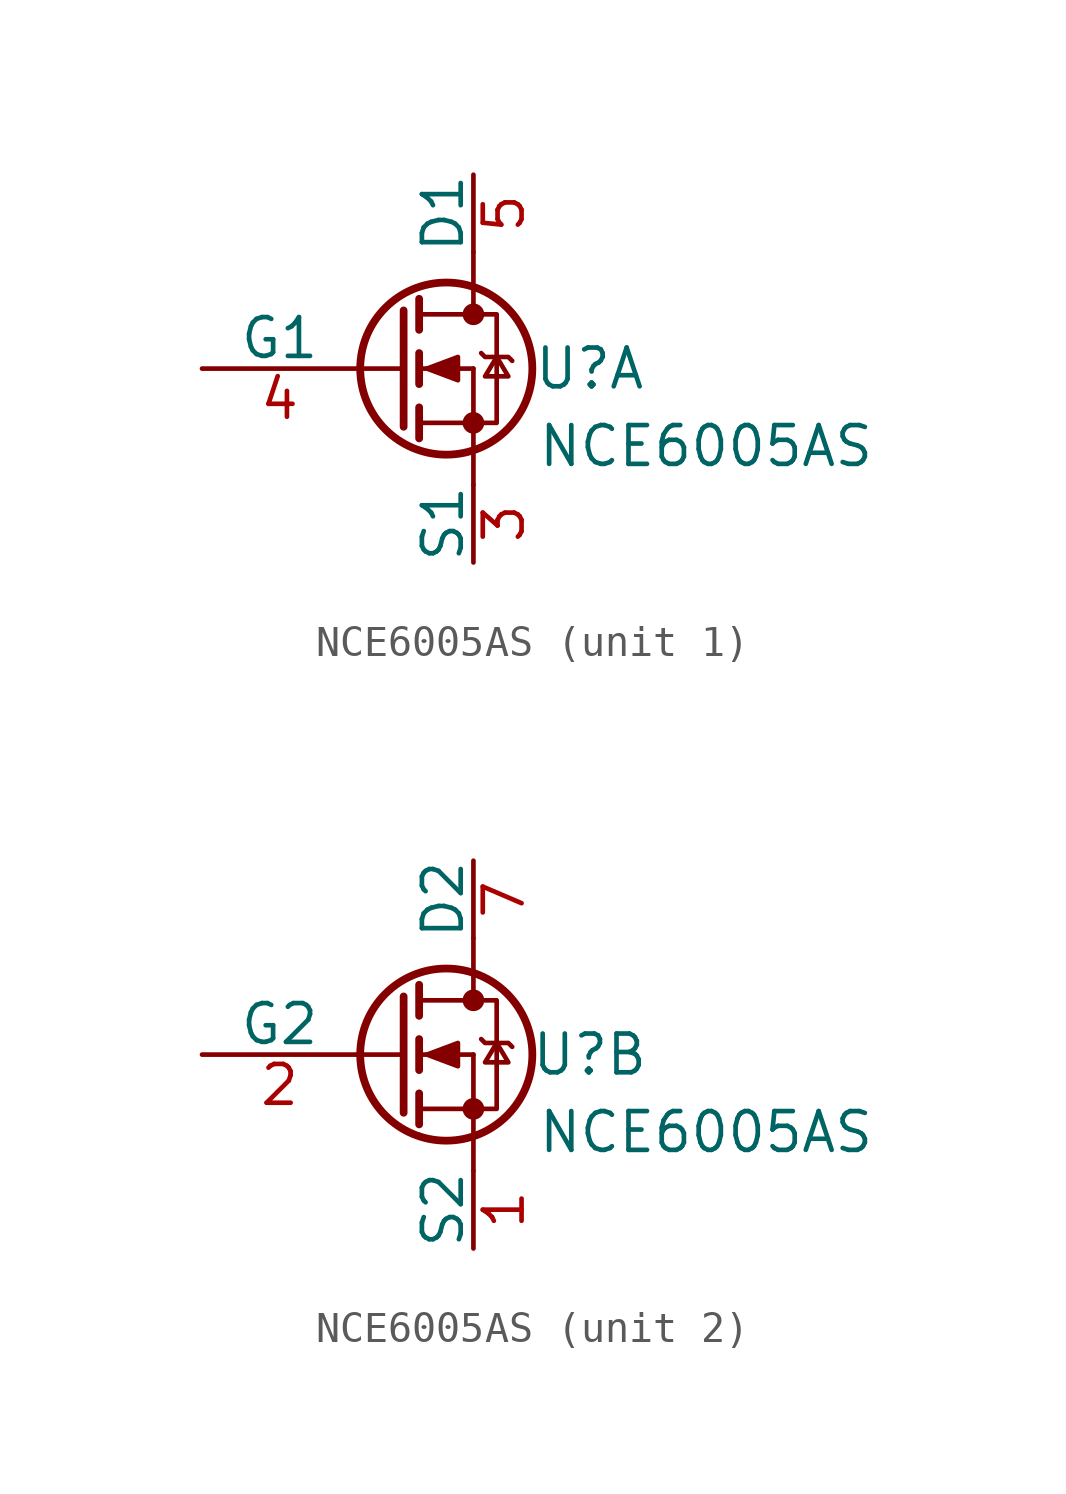
<source format=kicad_sym>
(kicad_symbol_lib
  (version 20211014)
  (generator kicad_symbol_editor)
  (symbol "NCE6005AS"
    (pin_names
      (offset 0))
    (property "Reference" "U"
      (at 3.81 0 0)
      (effects (font (size 1.27 1.27))))
    (property "Value" "NCE6005AS"
      (at 7.62 -2.54 0)
      (effects (font (size 1.27 1.27))))
    (property "ki_locked" ""
      (at 0 0 0)
      (effects (font (size 1.27 1.27))))
    (symbol "NCE6005AS_1_1"
      (circle (center -0.889 0) (radius 2.819) (stroke (width 0.254) (type default) (color 0 0 0 0)) (fill (type none)))
      (circle (center 0 -1.778) (radius 0.279) (stroke (width 0) (type default) (color 0 0 0 0)) (fill (type outline)))
      (polyline (pts (xy -3.81 0) (xy -2.286 0)) (stroke (width 0) (type default) (color 0 0 0 0)) (fill (type none)))
      (polyline (pts (xy -1.778 -1.778) (xy 0 -1.778)) (stroke (width 0) (type default) (color 0 0 0 0)) (fill (type none)))
      (polyline (pts (xy -1.778 -1.27) (xy -1.778 -2.286)) (stroke (width 0.254) (type default) (color 0 0 0 0)) (fill (type none)))
      (polyline (pts (xy -1.778 0) (xy 0 0)) (stroke (width 0) (type default) (color 0 0 0 0)) (fill (type none)))
      (polyline (pts (xy -1.778 0.508) (xy -1.778 -0.508)) (stroke (width 0.254) (type default) (color 0 0 0 0)) (fill (type none)))
      (polyline (pts (xy -1.778 1.778) (xy 0 1.778)) (stroke (width 0) (type default) (color 0 0 0 0)) (fill (type none)))
      (polyline (pts (xy -1.778 2.286) (xy -1.778 1.27)) (stroke (width 0.254) (type default) (color 0 0 0 0)) (fill (type none)))
      (polyline (pts (xy 0 -1.778) (xy 0 -3.81)) (stroke (width 0) (type default) (color 0 0 0 0)) (fill (type none)))
      (polyline (pts (xy 0 -1.778) (xy 0 0)) (stroke (width 0) (type default) (color 0 0 0 0)) (fill (type none)))
      (polyline (pts (xy 0 3.81) (xy 0 1.778)) (stroke (width 0) (type default) (color 0 0 0 0)) (fill (type none)))
      (polyline (pts (xy -2.286 1.905) (xy -2.286 -1.905) (xy -2.286 -1.905)) (stroke (width 0.254) (type default) (color 0 0 0 0)) (fill (type none)))
      (polyline (pts (xy -1.524 0) (xy -0.508 0.381) (xy -0.508 -0.381) (xy -1.524 0)) (stroke (width 0) (type default) (color 0 0 0 0)) (fill (type outline)))
      (polyline (pts (xy 0 -1.778) (xy 0.762 -1.778) (xy 0.762 1.778) (xy 0 1.778)) (stroke (width 0) (type default) (color 0 0 0 0)) (fill (type none)))
      (polyline (pts (xy 0.254 0.508) (xy 0.381 0.381) (xy 1.143 0.381) (xy 1.27 0.254)) (stroke (width 0) (type default) (color 0 0 0 0)) (fill (type none)))
      (polyline (pts (xy 0.762 0.381) (xy 0.381 -0.254) (xy 1.143 -0.254) (xy 0.762 0.381)) (stroke (width 0) (type default) (color 0 0 0 0)) (fill (type none)))
      (circle (center 0 1.778) (radius 0.279) (stroke (width 0) (type default) (color 0 0 0 0)) (fill (type outline)))
      (pin passive line (at 0 -6.35 90) (length 2.54) (name "S1" (effects (font (size 1.27 1.27)))) (number "3" (effects (font (size 1.27 1.27)))))
      (pin passive line (at 0 6.35 270) (length 2.54) (name "D1" (effects (font (size 1.27 1.27)))) (number "5" (effects (font (size 1.27 1.27)))))
      (pin passive line (at 0 6.35 270) (length 2.54) hide (name "D1" (effects (font (size 1.27 1.27)))) (number "6" (effects (font (size 1.27 1.27)))))
      (pin input line (at -8.89 0 0) (length 5.08) (name "G1" (effects (font (size 1.27 1.27)))) (number "4" (effects (font (size 1.27 1.27))))))
    (symbol "NCE6005AS_2_1"
      (circle (center -0.889 0) (radius 2.819) (stroke (width 0.254) (type default) (color 0 0 0 0)) (fill (type none)))
      (circle (center 0 -1.778) (radius 0.279) (stroke (width 0) (type default) (color 0 0 0 0)) (fill (type outline)))
      (polyline (pts (xy -3.81 0) (xy -2.286 0)) (stroke (width 0) (type default) (color 0 0 0 0)) (fill (type none)))
      (polyline (pts (xy -1.778 -1.778) (xy 0 -1.778)) (stroke (width 0) (type default) (color 0 0 0 0)) (fill (type none)))
      (polyline (pts (xy -1.778 -1.27) (xy -1.778 -2.286)) (stroke (width 0.254) (type default) (color 0 0 0 0)) (fill (type none)))
      (polyline (pts (xy -1.778 0) (xy 0 0)) (stroke (width 0) (type default) (color 0 0 0 0)) (fill (type none)))
      (polyline (pts (xy -1.778 0.508) (xy -1.778 -0.508)) (stroke (width 0.254) (type default) (color 0 0 0 0)) (fill (type none)))
      (polyline (pts (xy -1.778 1.778) (xy 0 1.778)) (stroke (width 0) (type default) (color 0 0 0 0)) (fill (type none)))
      (polyline (pts (xy -1.778 2.286) (xy -1.778 1.27)) (stroke (width 0.254) (type default) (color 0 0 0 0)) (fill (type none)))
      (polyline (pts (xy 0 -1.778) (xy 0 -3.81)) (stroke (width 0) (type default) (color 0 0 0 0)) (fill (type none)))
      (polyline (pts (xy 0 -1.778) (xy 0 0)) (stroke (width 0) (type default) (color 0 0 0 0)) (fill (type none)))
      (polyline (pts (xy 0 3.81) (xy 0 1.778)) (stroke (width 0) (type default) (color 0 0 0 0)) (fill (type none)))
      (polyline (pts (xy -2.286 1.905) (xy -2.286 -1.905) (xy -2.286 -1.905)) (stroke (width 0.254) (type default) (color 0 0 0 0)) (fill (type none)))
      (polyline (pts (xy -1.524 0) (xy -0.508 0.381) (xy -0.508 -0.381) (xy -1.524 0)) (stroke (width 0) (type default) (color 0 0 0 0)) (fill (type outline)))
      (polyline (pts (xy 0 -1.778) (xy 0.762 -1.778) (xy 0.762 1.778) (xy 0 1.778)) (stroke (width 0) (type default) (color 0 0 0 0)) (fill (type none)))
      (polyline (pts (xy 0.254 0.508) (xy 0.381 0.381) (xy 1.143 0.381) (xy 1.27 0.254)) (stroke (width 0) (type default) (color 0 0 0 0)) (fill (type none)))
      (polyline (pts (xy 0.762 0.381) (xy 0.381 -0.254) (xy 1.143 -0.254) (xy 0.762 0.381)) (stroke (width 0) (type default) (color 0 0 0 0)) (fill (type none)))
      (circle (center 0 1.778) (radius 0.279) (stroke (width 0) (type default) (color 0 0 0 0)) (fill (type outline)))
      (pin passive line (at 0 -6.35 90) (length 2.54) (name "S2" (effects (font (size 1.27 1.27)))) (number "1" (effects (font (size 1.27 1.27)))))
      (pin input line (at -8.89 0 0) (length 5.08) (name "G2" (effects (font (size 1.27 1.27)))) (number "2" (effects (font (size 1.27 1.27)))))
      (pin passive line (at 0 6.35 270) (length 2.54) (name "D2" (effects (font (size 1.27 1.27)))) (number "7" (effects (font (size 1.27 1.27)))))
      (pin passive line (at 0 6.35 270) (length 2.54) hide (name "D2" (effects (font (size 1.27 1.27)))) (number "8" (effects (font (size 1.27 1.27))))))))
</source>
